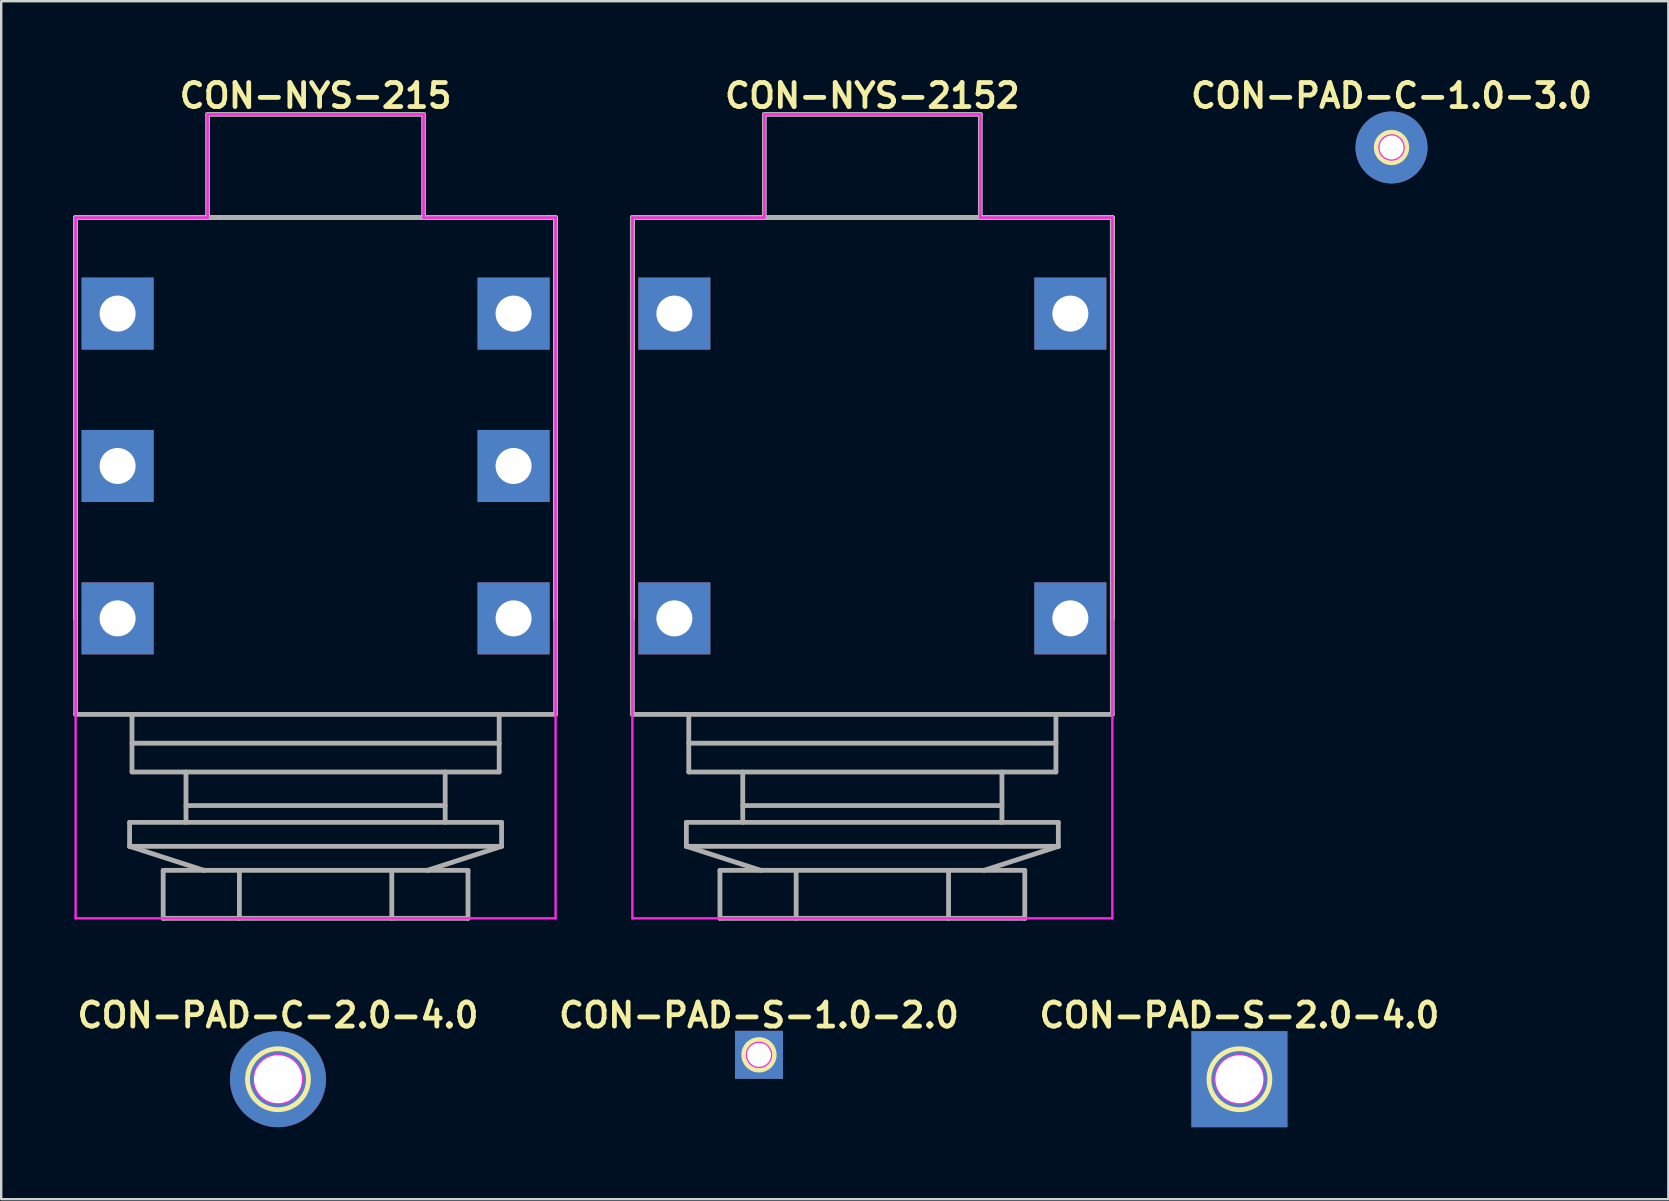
<source format=kicad_pcb>
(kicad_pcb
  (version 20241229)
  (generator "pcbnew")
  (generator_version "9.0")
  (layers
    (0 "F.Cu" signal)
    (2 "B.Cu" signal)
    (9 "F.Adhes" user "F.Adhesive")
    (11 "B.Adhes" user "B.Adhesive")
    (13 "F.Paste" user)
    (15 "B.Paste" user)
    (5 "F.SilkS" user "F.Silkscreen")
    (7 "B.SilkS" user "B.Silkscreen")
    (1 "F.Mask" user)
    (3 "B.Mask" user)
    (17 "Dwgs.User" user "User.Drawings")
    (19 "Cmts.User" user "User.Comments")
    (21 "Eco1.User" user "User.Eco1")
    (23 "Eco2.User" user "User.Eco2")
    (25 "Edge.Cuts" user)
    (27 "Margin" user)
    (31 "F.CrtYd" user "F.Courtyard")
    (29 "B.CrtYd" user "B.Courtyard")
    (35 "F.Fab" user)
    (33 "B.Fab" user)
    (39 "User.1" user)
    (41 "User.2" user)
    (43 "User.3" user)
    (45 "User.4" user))
  (footprint "CON-PAD-C-2.0-4.0"
    (layer "F.Cu")
    (at 8.533 41.92)
    (property "Reference" "CON-PAD-C-2.0-4.0" (at 0 -2.667 0) (layer "F.SilkS") (effects (font (size 1 1) (thickness 0.2))))
    (attr through_hole)
    (fp_circle (center 0 0) (end 1.27 0) (stroke (width 0.2) (type solid)) (fill no) (layer "F.SilkS"))
    (fp_circle (center 0 0) (end 1 0) (stroke (width 0.1) (type solid)) (fill no) (layer "F.CrtYd"))
    (pad "1" thru_hole circle (at 0 0) (size 4 4) (drill 2) (layers "B.Cu" "B.Mask")))
  (footprint "CON-PAD-S-1.0-2.0"
    (layer "F.Cu")
    (at 28.576 40.904)
    (property "Reference" "CON-PAD-S-1.0-2.0" (at 0 -1.651 0) (layer "F.SilkS") (effects (font (size 1 1) (thickness 0.2))))
    (attr through_hole)
    (fp_circle (center 0 0) (end 0.635 0) (stroke (width 0.2) (type solid)) (fill no) (layer "F.SilkS"))
    (fp_circle (center 0 0) (end 0.5 0) (stroke (width 0.1) (type solid)) (fill no) (layer "F.CrtYd"))
    (pad "1" thru_hole rect (at 0 0) (size 2 2) (drill 1) (layers "B.Cu" "B.Mask")))
  (footprint "CON-NYS-215"
    (layer "F.Cu")
    (at 10.1 26.717)
    (property "Reference" "CON-NYS-215" (at 0 -25.781 0) (layer "F.SilkS") (effects (font (size 1 1) (thickness 0.2))))
    (attr through_hole)
    (fp_line (start -10 -20.7) (end -10 -4) (stroke (width 0.2) (type solid)) (layer "F.SilkS"))
    (fp_line (start -10 -20.7) (end 10 -20.7) (stroke (width 0.2) (type solid)) (layer "F.SilkS"))
    (fp_line (start 10 -20.7) (end 10 -4) (stroke (width 0.2) (type solid)) (layer "F.SilkS"))
    (fp_line (start -10 -20.7) (end -10 8.5) (stroke (width 0.1) (type solid)) (layer "F.CrtYd"))
    (fp_line (start -10 -20.7) (end -4.5 -20.7) (stroke (width 0.1) (type solid)) (layer "F.CrtYd"))
    (fp_line (start -10 8.5) (end 10 8.5) (stroke (width 0.1) (type solid)) (layer "F.CrtYd"))
    (fp_line (start -4.5 -25) (end -4.5 -20.7) (stroke (width 0.1) (type solid)) (layer "F.CrtYd"))
    (fp_line (start -4.5 -25) (end 4.5 -25) (stroke (width 0.1) (type solid)) (layer "F.CrtYd"))
    (fp_line (start 4.5 -25) (end 4.5 -20.7) (stroke (width 0.1) (type solid)) (layer "F.CrtYd"))
    (fp_line (start 4.5 -20.7) (end 10 -20.7) (stroke (width 0.1) (type solid)) (layer "F.CrtYd"))
    (fp_line (start 10 -20.7) (end 10 8.5) (stroke (width 0.1) (type solid)) (layer "F.CrtYd"))
    (fp_line (start -10 -20.7) (end -10 0) (stroke (width 0.2) (type solid)) (layer "F.Fab"))
    (fp_line (start -10 -20.7) (end 10 -20.7) (stroke (width 0.2) (type solid)) (layer "F.Fab"))
    (fp_line (start -10 0) (end 10 0) (stroke (width 0.2) (type solid)) (layer "F.Fab"))
    (fp_line (start -7.75 4.5) (end -7.75 5.5) (stroke (width 0.2) (type solid)) (layer "F.Fab"))
    (fp_line (start -7.75 4.5) (end 7.75 4.5) (stroke (width 0.2) (type solid)) (layer "F.Fab"))
    (fp_line (start -7.75 5.5) (end -4.65 6.5) (stroke (width 0.2) (type solid)) (layer "F.Fab"))
    (fp_line (start -7.75 5.5) (end 7.75 5.5) (stroke (width 0.2) (type solid)) (layer "F.Fab"))
    (fp_line (start -7.65 0) (end -7.65 2.4) (stroke (width 0.2) (type solid)) (layer "F.Fab"))
    (fp_line (start -7.65 1.2) (end 7.65 1.2) (stroke (width 0.2) (type solid)) (layer "F.Fab"))
    (fp_line (start -7.65 2.4) (end 7.65 2.4) (stroke (width 0.2) (type solid)) (layer "F.Fab"))
    (fp_line (start -6.351 6.5) (end -6.351 8.5) (stroke (width 0.2) (type solid)) (layer "F.Fab"))
    (fp_line (start -6.351 6.5) (end 6.351 6.5) (stroke (width 0.2) (type solid)) (layer "F.Fab"))
    (fp_line (start -6.351 8.5) (end 6.351 8.5) (stroke (width 0.2) (type solid)) (layer "F.Fab"))
    (fp_line (start -5.4 2.4) (end -5.4 4.5) (stroke (width 0.2) (type solid)) (layer "F.Fab"))
    (fp_line (start -5.4 3.8) (end 5.4 3.8) (stroke (width 0.2) (type solid)) (layer "F.Fab"))
    (fp_line (start -4.5 -25) (end -4.5 -20.7) (stroke (width 0.2) (type solid)) (layer "F.Fab"))
    (fp_line (start -4.5 -25) (end 4.5 -25) (stroke (width 0.2) (type solid)) (layer "F.Fab"))
    (fp_line (start -3.175 6.5) (end -3.175 8.5) (stroke (width 0.2) (type solid)) (layer "F.Fab"))
    (fp_line (start 3.175 6.5) (end 3.175 8.5) (stroke (width 0.2) (type solid)) (layer "F.Fab"))
    (fp_line (start 4.5 -25) (end 4.5 -20.7) (stroke (width 0.2) (type solid)) (layer "F.Fab"))
    (fp_line (start 5.4 2.4) (end 5.4 4.5) (stroke (width 0.2) (type solid)) (layer "F.Fab"))
    (fp_line (start 6.351 6.5) (end 6.351 8.5) (stroke (width 0.2) (type solid)) (layer "F.Fab"))
    (fp_line (start 7.65 0) (end 7.65 2.4) (stroke (width 0.2) (type solid)) (layer "F.Fab"))
    (fp_line (start 7.75 4.5) (end 7.75 5.5) (stroke (width 0.2) (type solid)) (layer "F.Fab"))
    (fp_line (start 7.75 5.5) (end 4.65 6.5) (stroke (width 0.2) (type solid)) (layer "F.Fab"))
    (fp_line (start 10 -20.7) (end 10 0) (stroke (width 0.2) (type solid)) (layer "F.Fab"))
    (pad "R" thru_hole rect (at 8.25 -10.35) (size 3 3) (drill 1.5) (layers "B.Cu" "B.Mask"))
    (pad "RN" thru_hole rect (at -8.25 -10.35) (size 3 3) (drill 1.5) (layers "B.Cu" "B.Mask"))
    (pad "S" thru_hole rect (at 8.25 -4) (size 3 3) (drill 1.5) (layers "B.Cu" "B.Mask"))
    (pad "SN" thru_hole rect (at -8.25 -4) (size 3 3) (drill 1.5) (layers "B.Cu" "B.Mask"))
    (pad "T" thru_hole rect (at 8.25 -16.7) (size 3 3) (drill 1.5) (layers "B.Cu" "B.Mask"))
    (pad "TN" thru_hole rect (at -8.25 -16.7) (size 3 3) (drill 1.5) (layers "B.Cu" "B.Mask")))
  (footprint "CON-PAD-S-2.0-4.0"
    (layer "F.Cu")
    (at 48.595 41.92)
    (property "Reference" "CON-PAD-S-2.0-4.0" (at 0 -2.667 0) (layer "F.SilkS") (effects (font (size 1 1) (thickness 0.2))))
    (attr through_hole)
    (fp_circle (center 0 0) (end 1.27 0) (stroke (width 0.2) (type solid)) (fill no) (layer "F.SilkS"))
    (fp_circle (center 0 0) (end 1 0) (stroke (width 0.1) (type solid)) (fill no) (layer "F.CrtYd"))
    (pad "1" thru_hole rect (at 0 0) (size 4 4) (drill 2) (layers "B.Cu" "B.Mask")))
  (footprint "CON-PAD-C-1.0-3.0"
    (layer "F.Cu")
    (at 54.933 3.095)
    (property "Reference" "CON-PAD-C-1.0-3.0" (at 0 -2.159 0) (layer "F.SilkS") (effects (font (size 1 1) (thickness 0.2))))
    (attr through_hole)
    (fp_circle (center 0 0) (end 0.635 0) (stroke (width 0.2) (type solid)) (fill no) (layer "F.SilkS"))
    (fp_circle (center 0 0) (end 0.5 0) (stroke (width 0.1) (type solid)) (fill no) (layer "F.CrtYd"))
    (pad "1" thru_hole circle (at 0 0) (size 3 3) (drill 1) (layers "B.Cu" "B.Mask")))
  (footprint "CON-NYS-2152"
    (layer "F.Cu")
    (at 33.3 26.717)
    (property "Reference" "CON-NYS-2152" (at 0 -25.781 0) (layer "F.SilkS") (effects (font (size 1 1) (thickness 0.2))))
    (attr through_hole)
    (fp_line (start -10 -20.7) (end -10 -4) (stroke (width 0.2) (type solid)) (layer "F.SilkS"))
    (fp_line (start -10 -20.7) (end 10 -20.7) (stroke (width 0.2) (type solid)) (layer "F.SilkS"))
    (fp_line (start 10 -20.7) (end 10 -4) (stroke (width 0.2) (type solid)) (layer "F.SilkS"))
    (fp_line (start -10 -20.7) (end -10 8.5) (stroke (width 0.1) (type solid)) (layer "F.CrtYd"))
    (fp_line (start -10 -20.7) (end -4.5 -20.7) (stroke (width 0.1) (type solid)) (layer "F.CrtYd"))
    (fp_line (start -10 8.5) (end 10 8.5) (stroke (width 0.1) (type solid)) (layer "F.CrtYd"))
    (fp_line (start -4.5 -25) (end -4.5 -20.7) (stroke (width 0.1) (type solid)) (layer "F.CrtYd"))
    (fp_line (start -4.5 -25) (end 4.5 -25) (stroke (width 0.1) (type solid)) (layer "F.CrtYd"))
    (fp_line (start 4.5 -25) (end 4.5 -20.7) (stroke (width 0.1) (type solid)) (layer "F.CrtYd"))
    (fp_line (start 4.5 -20.7) (end 10 -20.7) (stroke (width 0.1) (type solid)) (layer "F.CrtYd"))
    (fp_line (start 10 -20.7) (end 10 8.5) (stroke (width 0.1) (type solid)) (layer "F.CrtYd"))
    (fp_line (start -10 -20.7) (end -10 0) (stroke (width 0.2) (type solid)) (layer "F.Fab"))
    (fp_line (start -10 -20.7) (end 10 -20.7) (stroke (width 0.2) (type solid)) (layer "F.Fab"))
    (fp_line (start -10 0) (end 10 0) (stroke (width 0.2) (type solid)) (layer "F.Fab"))
    (fp_line (start -7.75 4.5) (end -7.75 5.5) (stroke (width 0.2) (type solid)) (layer "F.Fab"))
    (fp_line (start -7.75 4.5) (end 7.75 4.5) (stroke (width 0.2) (type solid)) (layer "F.Fab"))
    (fp_line (start -7.75 5.5) (end -4.65 6.5) (stroke (width 0.2) (type solid)) (layer "F.Fab"))
    (fp_line (start -7.75 5.5) (end 7.75 5.5) (stroke (width 0.2) (type solid)) (layer "F.Fab"))
    (fp_line (start -7.65 0) (end -7.65 2.4) (stroke (width 0.2) (type solid)) (layer "F.Fab"))
    (fp_line (start -7.65 1.2) (end 7.65 1.2) (stroke (width 0.2) (type solid)) (layer "F.Fab"))
    (fp_line (start -7.65 2.4) (end 7.65 2.4) (stroke (width 0.2) (type solid)) (layer "F.Fab"))
    (fp_line (start -6.351 6.5) (end -6.351 8.5) (stroke (width 0.2) (type solid)) (layer "F.Fab"))
    (fp_line (start -6.351 6.5) (end 6.351 6.5) (stroke (width 0.2) (type solid)) (layer "F.Fab"))
    (fp_line (start -6.351 8.5) (end 6.351 8.5) (stroke (width 0.2) (type solid)) (layer "F.Fab"))
    (fp_line (start -5.4 2.4) (end -5.4 4.5) (stroke (width 0.2) (type solid)) (layer "F.Fab"))
    (fp_line (start -5.4 3.8) (end 5.4 3.8) (stroke (width 0.2) (type solid)) (layer "F.Fab"))
    (fp_line (start -4.5 -25) (end -4.5 -20.7) (stroke (width 0.2) (type solid)) (layer "F.Fab"))
    (fp_line (start -4.5 -25) (end 4.5 -25) (stroke (width 0.2) (type solid)) (layer "F.Fab"))
    (fp_line (start -3.175 6.5) (end -3.175 8.5) (stroke (width 0.2) (type solid)) (layer "F.Fab"))
    (fp_line (start 3.175 6.5) (end 3.175 8.5) (stroke (width 0.2) (type solid)) (layer "F.Fab"))
    (fp_line (start 4.5 -25) (end 4.5 -20.7) (stroke (width 0.2) (type solid)) (layer "F.Fab"))
    (fp_line (start 5.4 2.4) (end 5.4 4.5) (stroke (width 0.2) (type solid)) (layer "F.Fab"))
    (fp_line (start 6.351 6.5) (end 6.351 8.5) (stroke (width 0.2) (type solid)) (layer "F.Fab"))
    (fp_line (start 7.65 0) (end 7.65 2.4) (stroke (width 0.2) (type solid)) (layer "F.Fab"))
    (fp_line (start 7.75 4.5) (end 7.75 5.5) (stroke (width 0.2) (type solid)) (layer "F.Fab"))
    (fp_line (start 7.75 5.5) (end 4.65 6.5) (stroke (width 0.2) (type solid)) (layer "F.Fab"))
    (fp_line (start 10 -20.7) (end 10 0) (stroke (width 0.2) (type solid)) (layer "F.Fab"))
    (pad "S" thru_hole rect (at 8.25 -4) (size 3 3) (drill 1.5) (layers "B.Cu" "B.Mask"))
    (pad "SN" thru_hole rect (at -8.25 -4) (size 3 3) (drill 1.5) (layers "B.Cu" "B.Mask"))
    (pad "T" thru_hole rect (at 8.25 -16.7) (size 3 3) (drill 1.5) (layers "B.Cu" "B.Mask"))
    (pad "TN" thru_hole rect (at -8.25 -16.7) (size 3 3) (drill 1.5) (layers "B.Cu" "B.Mask")))
  (gr_rect
    (start -3 -3)
    (end 66.467 46.92)
    (stroke (width 0.1) (type default))
    (fill no)
    (layer "Edge.Cuts")))
</source>
